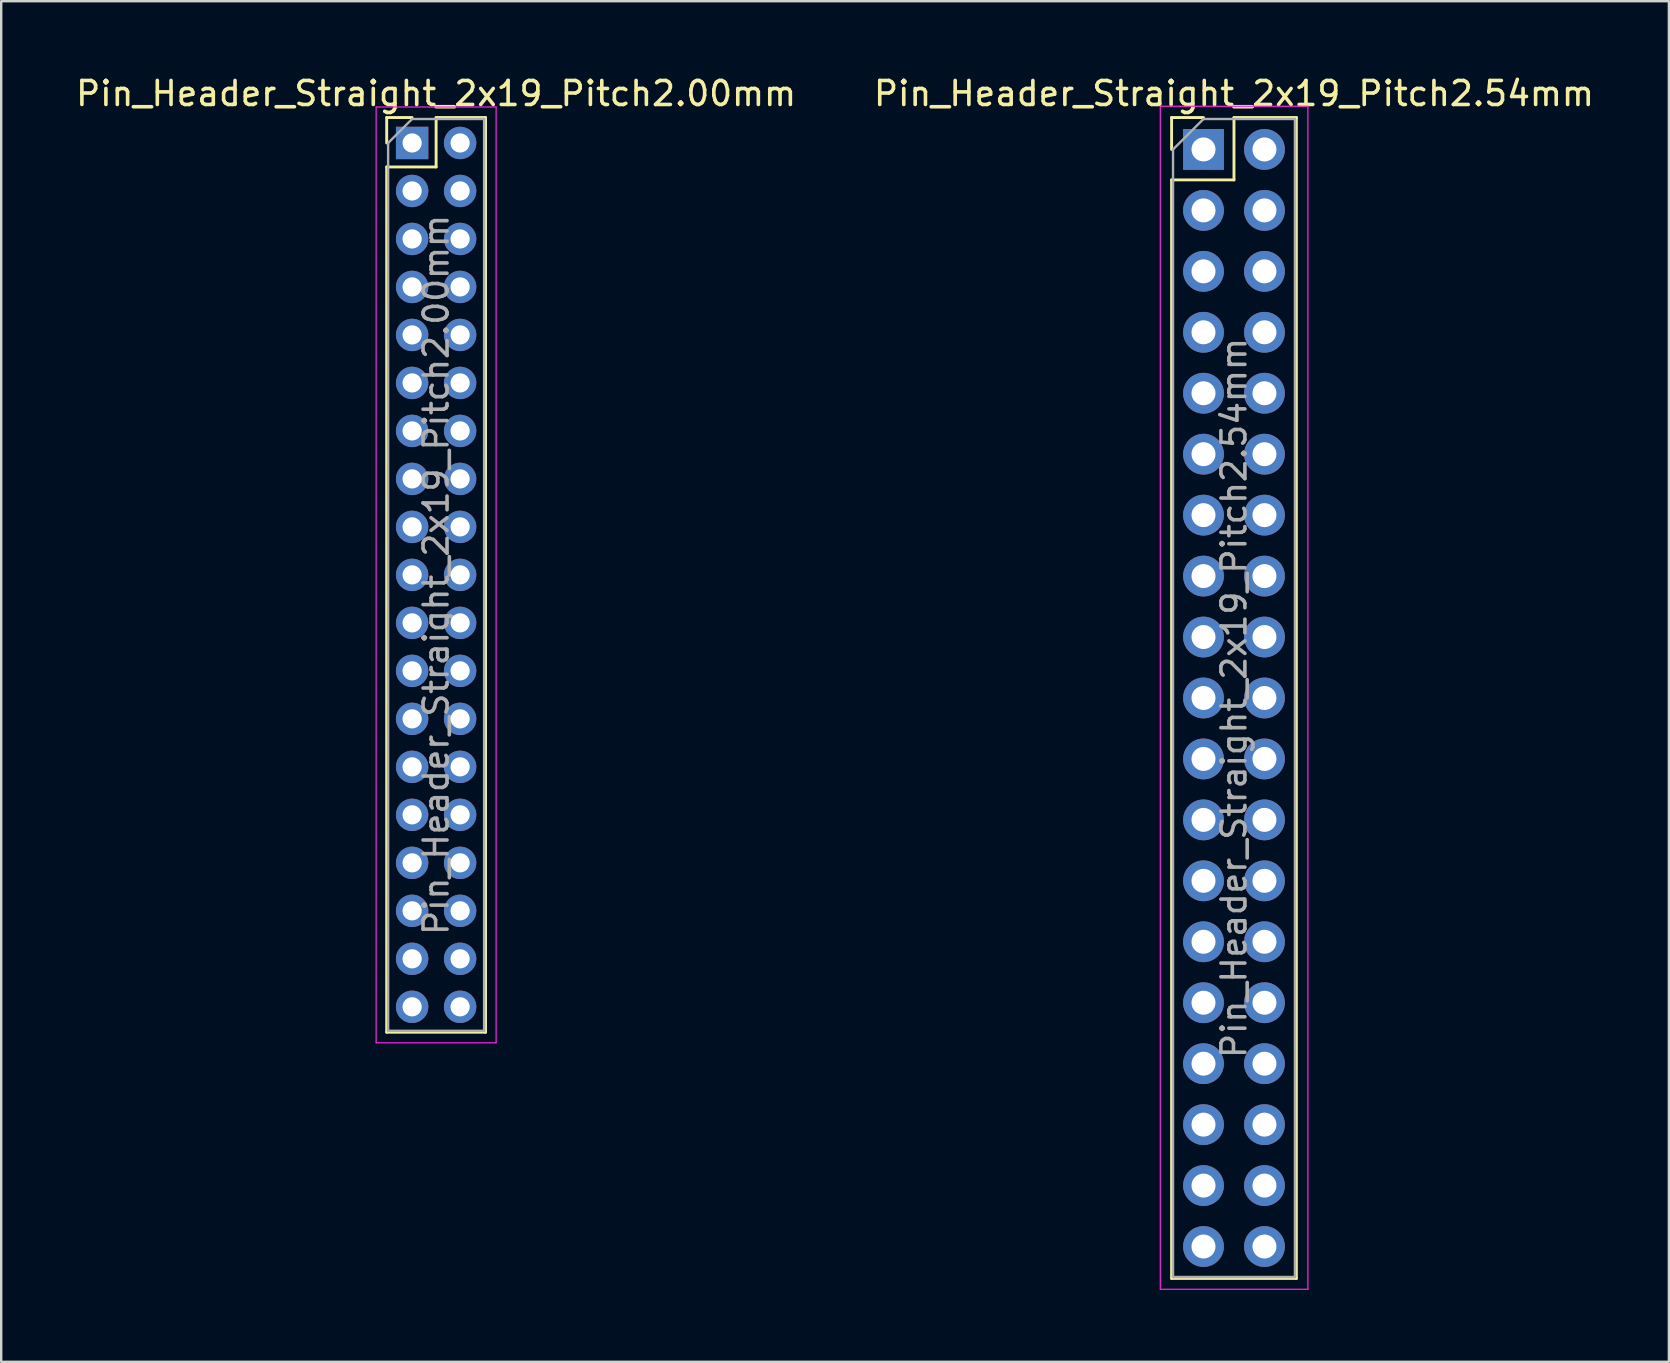
<source format=kicad_pcb>
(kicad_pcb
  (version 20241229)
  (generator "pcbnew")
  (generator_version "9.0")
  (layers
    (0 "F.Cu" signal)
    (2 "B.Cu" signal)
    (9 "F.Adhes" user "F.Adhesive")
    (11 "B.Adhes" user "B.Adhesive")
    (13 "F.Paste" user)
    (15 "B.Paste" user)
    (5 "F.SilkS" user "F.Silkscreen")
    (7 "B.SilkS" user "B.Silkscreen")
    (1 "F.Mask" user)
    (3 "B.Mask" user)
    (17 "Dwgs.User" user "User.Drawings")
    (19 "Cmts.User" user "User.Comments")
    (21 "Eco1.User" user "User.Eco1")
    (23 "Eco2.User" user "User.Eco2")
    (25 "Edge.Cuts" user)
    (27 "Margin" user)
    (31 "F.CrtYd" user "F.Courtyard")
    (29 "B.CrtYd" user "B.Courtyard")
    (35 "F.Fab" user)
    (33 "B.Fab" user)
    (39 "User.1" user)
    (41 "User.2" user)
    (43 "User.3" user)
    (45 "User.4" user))
  (footprint "Pin_Header_Straight_2x19_Pitch2.00mm"
    (layer "F.Cu")
    (at 14.125 2.908)
    (property "Reference" "Pin_Header_Straight_2x19_Pitch2.00mm" (at 1 -2.06 0) (layer "F.SilkS") (effects (font (size 1 1) (thickness 0.15))))
    (attr through_hole)
    (fp_line (start -1.06 -1.06) (end 0 -1.06) (stroke (width 0.12) (type solid)) (layer "F.SilkS"))
    (fp_line (start -1.06 0) (end -1.06 -1.06) (stroke (width 0.12) (type solid)) (layer "F.SilkS"))
    (fp_line (start -1.06 1) (end -1.06 37.06) (stroke (width 0.12) (type solid)) (layer "F.SilkS"))
    (fp_line (start -1.06 1) (end 1 1) (stroke (width 0.12) (type solid)) (layer "F.SilkS"))
    (fp_line (start -1.06 37.06) (end 3.06 37.06) (stroke (width 0.12) (type solid)) (layer "F.SilkS"))
    (fp_line (start 1 -1.06) (end 3.06 -1.06) (stroke (width 0.12) (type solid)) (layer "F.SilkS"))
    (fp_line (start 1 1) (end 1 -1.06) (stroke (width 0.12) (type solid)) (layer "F.SilkS"))
    (fp_line (start 3.06 -1.06) (end 3.06 37.06) (stroke (width 0.12) (type solid)) (layer "F.SilkS"))
    (fp_line (start -1.5 -1.5) (end -1.5 37.5) (stroke (width 0.05) (type solid)) (layer "F.CrtYd"))
    (fp_line (start -1.5 37.5) (end 3.5 37.5) (stroke (width 0.05) (type solid)) (layer "F.CrtYd"))
    (fp_line (start 3.5 -1.5) (end -1.5 -1.5) (stroke (width 0.05) (type solid)) (layer "F.CrtYd"))
    (fp_line (start 3.5 37.5) (end 3.5 -1.5) (stroke (width 0.05) (type solid)) (layer "F.CrtYd"))
    (fp_line (start -1 0) (end 0 -1) (stroke (width 0.1) (type solid)) (layer "F.Fab"))
    (fp_line (start -1 37) (end -1 0) (stroke (width 0.1) (type solid)) (layer "F.Fab"))
    (fp_line (start 0 -1) (end 3 -1) (stroke (width 0.1) (type solid)) (layer "F.Fab"))
    (fp_line (start 3 -1) (end 3 37) (stroke (width 0.1) (type solid)) (layer "F.Fab"))
    (fp_line (start 3 37) (end -1 37) (stroke (width 0.1) (type solid)) (layer "F.Fab"))
    (fp_text user "${REFERENCE}" (at 1 18 90) (layer "F.Fab") (effects (font (size 1 1) (thickness 0.15))))
    (pad "1" thru_hole rect (at 0 0) (size 1.35 1.35) (drill 0.8) (layers "*.Cu" "*.Mask"))
    (pad "2" thru_hole oval (at 2 0) (size 1.35 1.35) (drill 0.8) (layers "*.Cu" "*.Mask"))
    (pad "3" thru_hole oval (at 0 2) (size 1.35 1.35) (drill 0.8) (layers "*.Cu" "*.Mask"))
    (pad "4" thru_hole oval (at 2 2) (size 1.35 1.35) (drill 0.8) (layers "*.Cu" "*.Mask"))
    (pad "5" thru_hole oval (at 0 4) (size 1.35 1.35) (drill 0.8) (layers "*.Cu" "*.Mask"))
    (pad "6" thru_hole oval (at 2 4) (size 1.35 1.35) (drill 0.8) (layers "*.Cu" "*.Mask"))
    (pad "7" thru_hole oval (at 0 6) (size 1.35 1.35) (drill 0.8) (layers "*.Cu" "*.Mask"))
    (pad "8" thru_hole oval (at 2 6) (size 1.35 1.35) (drill 0.8) (layers "*.Cu" "*.Mask"))
    (pad "9" thru_hole oval (at 0 8) (size 1.35 1.35) (drill 0.8) (layers "*.Cu" "*.Mask"))
    (pad "10" thru_hole oval (at 2 8) (size 1.35 1.35) (drill 0.8) (layers "*.Cu" "*.Mask"))
    (pad "11" thru_hole oval (at 0 10) (size 1.35 1.35) (drill 0.8) (layers "*.Cu" "*.Mask"))
    (pad "12" thru_hole oval (at 2 10) (size 1.35 1.35) (drill 0.8) (layers "*.Cu" "*.Mask"))
    (pad "13" thru_hole oval (at 0 12) (size 1.35 1.35) (drill 0.8) (layers "*.Cu" "*.Mask"))
    (pad "14" thru_hole oval (at 2 12) (size 1.35 1.35) (drill 0.8) (layers "*.Cu" "*.Mask"))
    (pad "15" thru_hole oval (at 0 14) (size 1.35 1.35) (drill 0.8) (layers "*.Cu" "*.Mask"))
    (pad "16" thru_hole oval (at 2 14) (size 1.35 1.35) (drill 0.8) (layers "*.Cu" "*.Mask"))
    (pad "17" thru_hole oval (at 0 16) (size 1.35 1.35) (drill 0.8) (layers "*.Cu" "*.Mask"))
    (pad "18" thru_hole oval (at 2 16) (size 1.35 1.35) (drill 0.8) (layers "*.Cu" "*.Mask"))
    (pad "19" thru_hole oval (at 0 18) (size 1.35 1.35) (drill 0.8) (layers "*.Cu" "*.Mask"))
    (pad "20" thru_hole oval (at 2 18) (size 1.35 1.35) (drill 0.8) (layers "*.Cu" "*.Mask"))
    (pad "21" thru_hole oval (at 0 20) (size 1.35 1.35) (drill 0.8) (layers "*.Cu" "*.Mask"))
    (pad "22" thru_hole oval (at 2 20) (size 1.35 1.35) (drill 0.8) (layers "*.Cu" "*.Mask"))
    (pad "23" thru_hole oval (at 0 22) (size 1.35 1.35) (drill 0.8) (layers "*.Cu" "*.Mask"))
    (pad "24" thru_hole oval (at 2 22) (size 1.35 1.35) (drill 0.8) (layers "*.Cu" "*.Mask"))
    (pad "25" thru_hole oval (at 0 24) (size 1.35 1.35) (drill 0.8) (layers "*.Cu" "*.Mask"))
    (pad "26" thru_hole oval (at 2 24) (size 1.35 1.35) (drill 0.8) (layers "*.Cu" "*.Mask"))
    (pad "27" thru_hole oval (at 0 26) (size 1.35 1.35) (drill 0.8) (layers "*.Cu" "*.Mask"))
    (pad "28" thru_hole oval (at 2 26) (size 1.35 1.35) (drill 0.8) (layers "*.Cu" "*.Mask"))
    (pad "29" thru_hole oval (at 0 28) (size 1.35 1.35) (drill 0.8) (layers "*.Cu" "*.Mask"))
    (pad "30" thru_hole oval (at 2 28) (size 1.35 1.35) (drill 0.8) (layers "*.Cu" "*.Mask"))
    (pad "31" thru_hole oval (at 0 30) (size 1.35 1.35) (drill 0.8) (layers "*.Cu" "*.Mask"))
    (pad "32" thru_hole oval (at 2 30) (size 1.35 1.35) (drill 0.8) (layers "*.Cu" "*.Mask"))
    (pad "33" thru_hole oval (at 0 32) (size 1.35 1.35) (drill 0.8) (layers "*.Cu" "*.Mask"))
    (pad "34" thru_hole oval (at 2 32) (size 1.35 1.35) (drill 0.8) (layers "*.Cu" "*.Mask"))
    (pad "35" thru_hole oval (at 0 34) (size 1.35 1.35) (drill 0.8) (layers "*.Cu" "*.Mask"))
    (pad "36" thru_hole oval (at 2 34) (size 1.35 1.35) (drill 0.8) (layers "*.Cu" "*.Mask"))
    (pad "37" thru_hole oval (at 0 36) (size 1.35 1.35) (drill 0.8) (layers "*.Cu" "*.Mask"))
    (pad "38" thru_hole oval (at 2 36) (size 1.35 1.35) (drill 0.8) (layers "*.Cu" "*.Mask")))
  (footprint "Pin_Header_Straight_2x19_Pitch2.54mm"
    (layer "F.Cu")
    (at 47.105 3.178)
    (property "Reference" "Pin_Header_Straight_2x19_Pitch2.54mm" (at 1.27 -2.33 0) (layer "F.SilkS") (effects (font (size 1 1) (thickness 0.15))))
    (attr through_hole)
    (fp_line (start -1.33 -1.33) (end 0 -1.33) (stroke (width 0.12) (type solid)) (layer "F.SilkS"))
    (fp_line (start -1.33 0) (end -1.33 -1.33) (stroke (width 0.12) (type solid)) (layer "F.SilkS"))
    (fp_line (start -1.33 1.27) (end -1.33 47.05) (stroke (width 0.12) (type solid)) (layer "F.SilkS"))
    (fp_line (start -1.33 1.27) (end 1.27 1.27) (stroke (width 0.12) (type solid)) (layer "F.SilkS"))
    (fp_line (start -1.33 47.05) (end 3.87 47.05) (stroke (width 0.12) (type solid)) (layer "F.SilkS"))
    (fp_line (start 1.27 -1.33) (end 3.87 -1.33) (stroke (width 0.12) (type solid)) (layer "F.SilkS"))
    (fp_line (start 1.27 1.27) (end 1.27 -1.33) (stroke (width 0.12) (type solid)) (layer "F.SilkS"))
    (fp_line (start 3.87 -1.33) (end 3.87 47.05) (stroke (width 0.12) (type solid)) (layer "F.SilkS"))
    (fp_line (start -1.8 -1.8) (end -1.8 47.5) (stroke (width 0.05) (type solid)) (layer "F.CrtYd"))
    (fp_line (start -1.8 47.5) (end 4.35 47.5) (stroke (width 0.05) (type solid)) (layer "F.CrtYd"))
    (fp_line (start 4.35 -1.8) (end -1.8 -1.8) (stroke (width 0.05) (type solid)) (layer "F.CrtYd"))
    (fp_line (start 4.35 47.5) (end 4.35 -1.8) (stroke (width 0.05) (type solid)) (layer "F.CrtYd"))
    (fp_line (start -1.27 0) (end 0 -1.27) (stroke (width 0.1) (type solid)) (layer "F.Fab"))
    (fp_line (start -1.27 46.99) (end -1.27 0) (stroke (width 0.1) (type solid)) (layer "F.Fab"))
    (fp_line (start 0 -1.27) (end 3.81 -1.27) (stroke (width 0.1) (type solid)) (layer "F.Fab"))
    (fp_line (start 3.81 -1.27) (end 3.81 46.99) (stroke (width 0.1) (type solid)) (layer "F.Fab"))
    (fp_line (start 3.81 46.99) (end -1.27 46.99) (stroke (width 0.1) (type solid)) (layer "F.Fab"))
    (fp_text user "${REFERENCE}" (at 1.27 22.86 90) (layer "F.Fab") (effects (font (size 1 1) (thickness 0.15))))
    (pad "1" thru_hole rect (at 0 0) (size 1.7 1.7) (drill 1) (layers "*.Cu" "*.Mask"))
    (pad "2" thru_hole oval (at 2.54 0) (size 1.7 1.7) (drill 1) (layers "*.Cu" "*.Mask"))
    (pad "3" thru_hole oval (at 0 2.54) (size 1.7 1.7) (drill 1) (layers "*.Cu" "*.Mask"))
    (pad "4" thru_hole oval (at 2.54 2.54) (size 1.7 1.7) (drill 1) (layers "*.Cu" "*.Mask"))
    (pad "5" thru_hole oval (at 0 5.08) (size 1.7 1.7) (drill 1) (layers "*.Cu" "*.Mask"))
    (pad "6" thru_hole oval (at 2.54 5.08) (size 1.7 1.7) (drill 1) (layers "*.Cu" "*.Mask"))
    (pad "7" thru_hole oval (at 0 7.62) (size 1.7 1.7) (drill 1) (layers "*.Cu" "*.Mask"))
    (pad "8" thru_hole oval (at 2.54 7.62) (size 1.7 1.7) (drill 1) (layers "*.Cu" "*.Mask"))
    (pad "9" thru_hole oval (at 0 10.16) (size 1.7 1.7) (drill 1) (layers "*.Cu" "*.Mask"))
    (pad "10" thru_hole oval (at 2.54 10.16) (size 1.7 1.7) (drill 1) (layers "*.Cu" "*.Mask"))
    (pad "11" thru_hole oval (at 0 12.7) (size 1.7 1.7) (drill 1) (layers "*.Cu" "*.Mask"))
    (pad "12" thru_hole oval (at 2.54 12.7) (size 1.7 1.7) (drill 1) (layers "*.Cu" "*.Mask"))
    (pad "13" thru_hole oval (at 0 15.24) (size 1.7 1.7) (drill 1) (layers "*.Cu" "*.Mask"))
    (pad "14" thru_hole oval (at 2.54 15.24) (size 1.7 1.7) (drill 1) (layers "*.Cu" "*.Mask"))
    (pad "15" thru_hole oval (at 0 17.78) (size 1.7 1.7) (drill 1) (layers "*.Cu" "*.Mask"))
    (pad "16" thru_hole oval (at 2.54 17.78) (size 1.7 1.7) (drill 1) (layers "*.Cu" "*.Mask"))
    (pad "17" thru_hole oval (at 0 20.32) (size 1.7 1.7) (drill 1) (layers "*.Cu" "*.Mask"))
    (pad "18" thru_hole oval (at 2.54 20.32) (size 1.7 1.7) (drill 1) (layers "*.Cu" "*.Mask"))
    (pad "19" thru_hole oval (at 0 22.86) (size 1.7 1.7) (drill 1) (layers "*.Cu" "*.Mask"))
    (pad "20" thru_hole oval (at 2.54 22.86) (size 1.7 1.7) (drill 1) (layers "*.Cu" "*.Mask"))
    (pad "21" thru_hole oval (at 0 25.4) (size 1.7 1.7) (drill 1) (layers "*.Cu" "*.Mask"))
    (pad "22" thru_hole oval (at 2.54 25.4) (size 1.7 1.7) (drill 1) (layers "*.Cu" "*.Mask"))
    (pad "23" thru_hole oval (at 0 27.94) (size 1.7 1.7) (drill 1) (layers "*.Cu" "*.Mask"))
    (pad "24" thru_hole oval (at 2.54 27.94) (size 1.7 1.7) (drill 1) (layers "*.Cu" "*.Mask"))
    (pad "25" thru_hole oval (at 0 30.48) (size 1.7 1.7) (drill 1) (layers "*.Cu" "*.Mask"))
    (pad "26" thru_hole oval (at 2.54 30.48) (size 1.7 1.7) (drill 1) (layers "*.Cu" "*.Mask"))
    (pad "27" thru_hole oval (at 0 33.02) (size 1.7 1.7) (drill 1) (layers "*.Cu" "*.Mask"))
    (pad "28" thru_hole oval (at 2.54 33.02) (size 1.7 1.7) (drill 1) (layers "*.Cu" "*.Mask"))
    (pad "29" thru_hole oval (at 0 35.56) (size 1.7 1.7) (drill 1) (layers "*.Cu" "*.Mask"))
    (pad "30" thru_hole oval (at 2.54 35.56) (size 1.7 1.7) (drill 1) (layers "*.Cu" "*.Mask"))
    (pad "31" thru_hole oval (at 0 38.1) (size 1.7 1.7) (drill 1) (layers "*.Cu" "*.Mask"))
    (pad "32" thru_hole oval (at 2.54 38.1) (size 1.7 1.7) (drill 1) (layers "*.Cu" "*.Mask"))
    (pad "33" thru_hole oval (at 0 40.64) (size 1.7 1.7) (drill 1) (layers "*.Cu" "*.Mask"))
    (pad "34" thru_hole oval (at 2.54 40.64) (size 1.7 1.7) (drill 1) (layers "*.Cu" "*.Mask"))
    (pad "35" thru_hole oval (at 0 43.18) (size 1.7 1.7) (drill 1) (layers "*.Cu" "*.Mask"))
    (pad "36" thru_hole oval (at 2.54 43.18) (size 1.7 1.7) (drill 1) (layers "*.Cu" "*.Mask"))
    (pad "37" thru_hole oval (at 0 45.72) (size 1.7 1.7) (drill 1) (layers "*.Cu" "*.Mask"))
    (pad "38" thru_hole oval (at 2.54 45.72) (size 1.7 1.7) (drill 1) (layers "*.Cu" "*.Mask")))
  (gr_rect
    (start -3 -3)
    (end 66.5 53.703)
    (stroke (width 0.1) (type default))
    (fill no)
    (layer "Edge.Cuts")))
</source>
